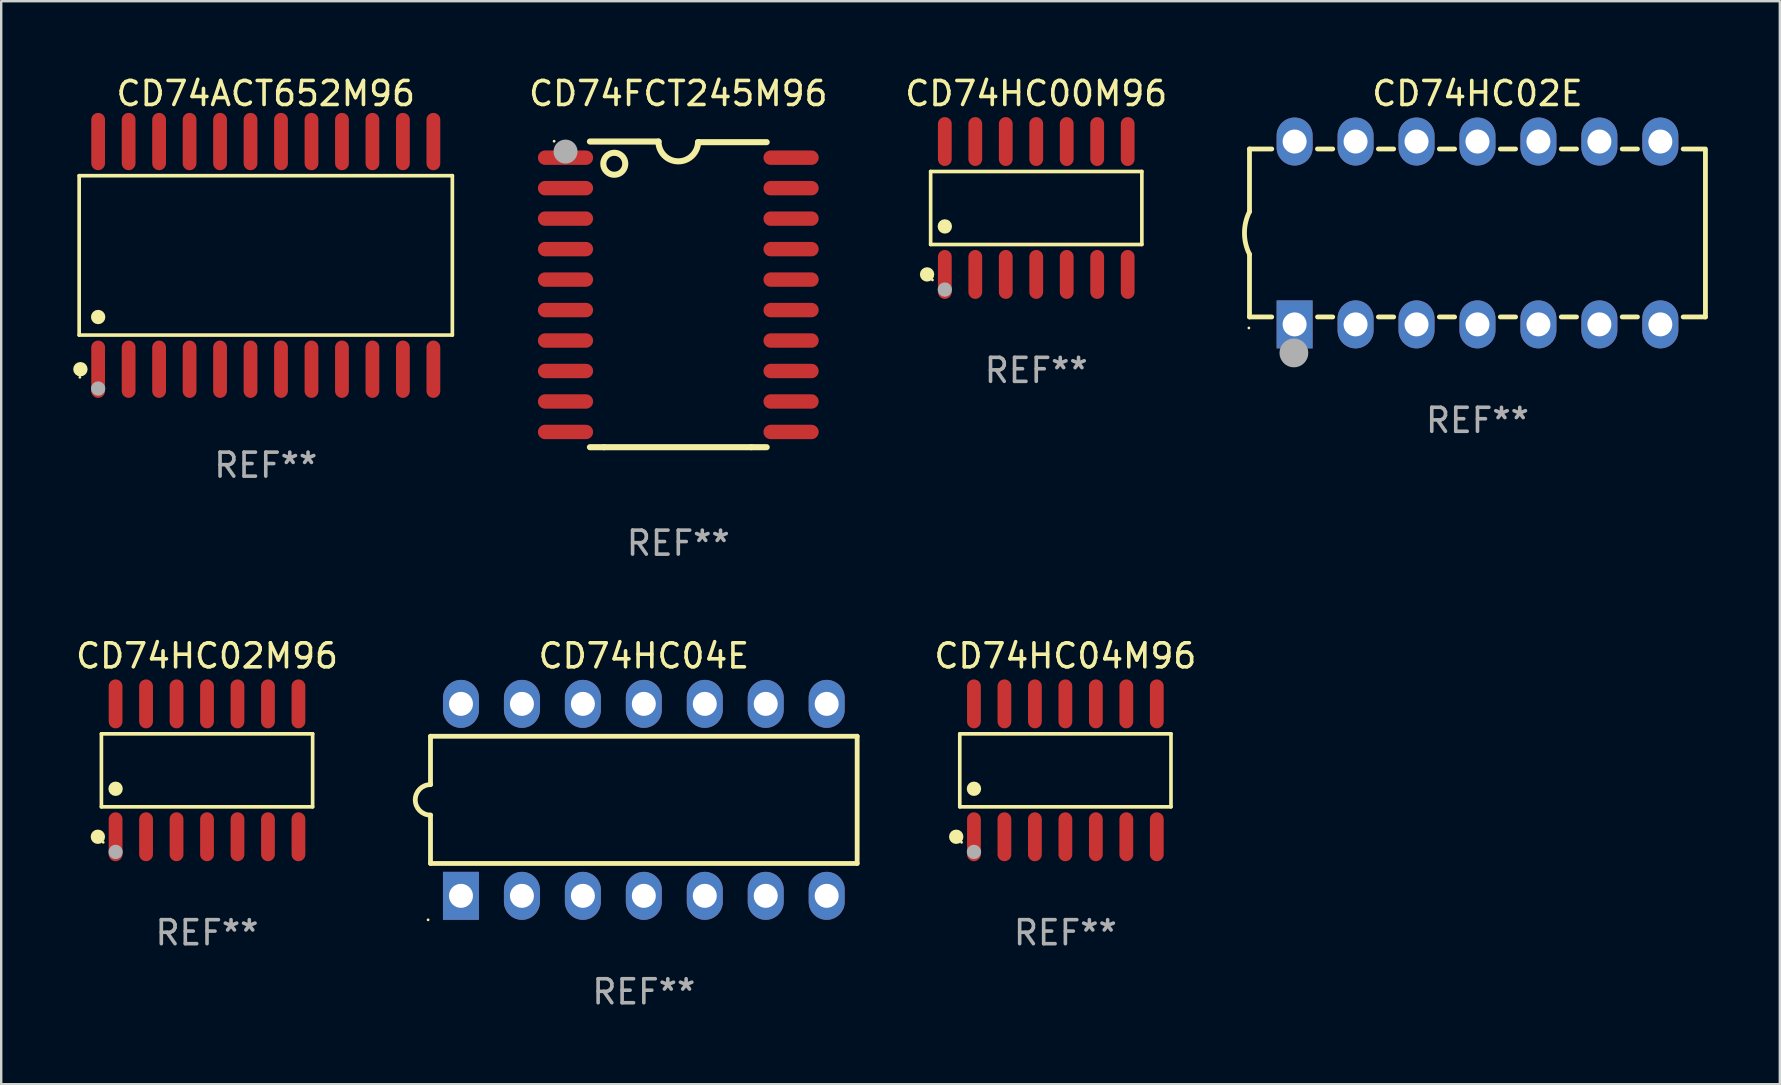
<source format=kicad_pcb>
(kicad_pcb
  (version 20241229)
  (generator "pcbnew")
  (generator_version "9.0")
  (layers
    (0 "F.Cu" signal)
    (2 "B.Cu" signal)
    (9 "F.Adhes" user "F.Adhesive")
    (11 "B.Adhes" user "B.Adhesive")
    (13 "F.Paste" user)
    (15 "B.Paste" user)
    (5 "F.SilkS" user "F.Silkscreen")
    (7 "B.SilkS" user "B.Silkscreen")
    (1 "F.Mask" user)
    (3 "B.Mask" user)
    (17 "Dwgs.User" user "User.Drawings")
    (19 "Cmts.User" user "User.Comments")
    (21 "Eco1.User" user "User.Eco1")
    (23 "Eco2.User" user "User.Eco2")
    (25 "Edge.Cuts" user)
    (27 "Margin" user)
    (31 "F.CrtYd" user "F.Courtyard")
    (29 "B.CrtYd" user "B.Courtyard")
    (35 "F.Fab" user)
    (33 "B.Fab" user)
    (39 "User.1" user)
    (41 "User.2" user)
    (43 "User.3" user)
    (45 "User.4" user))
  (footprint "CD74HC02E"
    (layer "F.Cu")
    (at 58.52 6.658)
    (property "Reference" "CD74HC02E" (at 0 -5.81 0) (layer "F.SilkS") (effects (font (size 1 1) (thickness 0.15))))
    (attr through_hole)
    (fp_line (start -9.5 -3.5) (end -9.5 -0.889) (stroke (width 0.2) (type solid)) (layer "F.SilkS"))
    (fp_line (start -9.5 -3.5) (end -8.572 -3.5) (stroke (width 0.2) (type solid)) (layer "F.SilkS"))
    (fp_line (start -9.5 3.5) (end -9.5 0.889) (stroke (width 0.2) (type solid)) (layer "F.SilkS"))
    (fp_line (start -9.5 3.5) (end -8.574 3.5) (stroke (width 0.2) (type solid)) (layer "F.SilkS"))
    (fp_line (start -6.668 -3.5) (end -6.032 -3.5) (stroke (width 0.2) (type solid)) (layer "F.SilkS"))
    (fp_line (start -6.666 3.5) (end -6.032 3.5) (stroke (width 0.2) (type solid)) (layer "F.SilkS"))
    (fp_line (start -4.128 -3.5) (end -3.492 -3.5) (stroke (width 0.2) (type solid)) (layer "F.SilkS"))
    (fp_line (start -4.128 3.5) (end -3.492 3.5) (stroke (width 0.2) (type solid)) (layer "F.SilkS"))
    (fp_line (start -1.588 -3.5) (end -0.952 -3.5) (stroke (width 0.2) (type solid)) (layer "F.SilkS"))
    (fp_line (start -1.588 3.5) (end -0.952 3.5) (stroke (width 0.2) (type solid)) (layer "F.SilkS"))
    (fp_line (start 0.952 -3.5) (end 1.588 -3.5) (stroke (width 0.2) (type solid)) (layer "F.SilkS"))
    (fp_line (start 0.952 3.5) (end 1.588 3.5) (stroke (width 0.2) (type solid)) (layer "F.SilkS"))
    (fp_line (start 3.492 -3.5) (end 4.128 -3.5) (stroke (width 0.2) (type solid)) (layer "F.SilkS"))
    (fp_line (start 3.492 3.5) (end 4.128 3.5) (stroke (width 0.2) (type solid)) (layer "F.SilkS"))
    (fp_line (start 6.032 -3.5) (end 6.668 -3.5) (stroke (width 0.2) (type solid)) (layer "F.SilkS"))
    (fp_line (start 6.032 3.5) (end 6.668 3.5) (stroke (width 0.2) (type solid)) (layer "F.SilkS"))
    (fp_line (start 8.572 -3.5) (end 9.5 -3.5) (stroke (width 0.2) (type solid)) (layer "F.SilkS"))
    (fp_line (start 8.572 3.5) (end 9.5 3.5) (stroke (width 0.2) (type solid)) (layer "F.SilkS"))
    (fp_line (start 9.5 3.5) (end 9.5 -3.429) (stroke (width 0.2) (type solid)) (layer "F.SilkS"))
    (fp_arc (start -9.499619 0.889001) (mid -9.709623 0.000047) (end -9.500025 -0.889002) (stroke (width 0.2) (type solid)) (layer "F.SilkS"))
    (fp_circle (center -9.525 3.96) (end -9.495 3.96) (stroke (width 0.06) (type solid)) (fill no) (layer "F.SilkS"))
    (fp_circle (center -7.65 5) (end -7.35 5) (stroke (width 0.6) (type solid)) (fill no) (layer "F.Fab"))
    (fp_text user "REF**" (at 0 7.81 0) (layer "F.Fab") (effects (font (size 1 1) (thickness 0.15))))
    (pad "1" thru_hole rect (at -7.62 3.81 90) (size 2 1.5) (drill 1) (layers "*.Cu" "*.Mask"))
    (pad "2" thru_hole oval (at -5.08 3.81 90) (size 2 1.5) (drill 1) (layers "*.Cu" "*.Mask"))
    (pad "3" thru_hole oval (at -2.54 3.81 90) (size 2 1.5) (drill 1) (layers "*.Cu" "*.Mask"))
    (pad "4" thru_hole oval (at 0 3.81 90) (size 2 1.5) (drill 1) (layers "*.Cu" "*.Mask"))
    (pad "5" thru_hole oval (at 2.54 3.81 90) (size 2 1.5) (drill 1) (layers "*.Cu" "*.Mask"))
    (pad "6" thru_hole oval (at 5.08 3.81 90) (size 2 1.5) (drill 1) (layers "*.Cu" "*.Mask"))
    (pad "7" thru_hole oval (at 7.62 3.81 90) (size 2 1.5) (drill 1) (layers "*.Cu" "*.Mask"))
    (pad "8" thru_hole oval (at 7.62 -3.81 90) (size 2 1.5) (drill 1) (layers "*.Cu" "*.Mask"))
    (pad "9" thru_hole oval (at 5.08 -3.81 90) (size 2 1.5) (drill 1) (layers "*.Cu" "*.Mask"))
    (pad "10" thru_hole oval (at 2.54 -3.81 90) (size 2 1.5) (drill 1) (layers "*.Cu" "*.Mask"))
    (pad "11" thru_hole oval (at 0 -3.81 90) (size 2 1.5) (drill 1) (layers "*.Cu" "*.Mask"))
    (pad "12" thru_hole oval (at -2.54 -3.81 90) (size 2 1.5) (drill 1) (layers "*.Cu" "*.Mask"))
    (pad "13" thru_hole oval (at -5.08 -3.81 90) (size 2 1.5) (drill 1) (layers "*.Cu" "*.Mask"))
    (pad "14" thru_hole oval (at -7.62 -3.81 90) (size 2 1.5) (drill 1) (layers "*.Cu" "*.Mask")))
  (footprint "CD74HC00M96"
    (layer "F.Cu")
    (at 40.133 5.617)
    (property "Reference" "CD74HC00M96" (at 0 -4.769 0) (layer "F.SilkS") (effects (font (size 1 1) (thickness 0.15))))
    (attr through_hole)
    (fp_line (start -4.401 -1.521) (end 4.401 -1.521) (stroke (width 0.152) (type solid)) (layer "F.SilkS"))
    (fp_line (start -4.401 1.521) (end -4.401 -1.521) (stroke (width 0.152) (type solid)) (layer "F.SilkS"))
    (fp_line (start 4.401 -1.521) (end 4.401 1.521) (stroke (width 0.152) (type solid)) (layer "F.SilkS"))
    (fp_line (start 4.401 1.521) (end -4.401 1.521) (stroke (width 0.152) (type solid)) (layer "F.SilkS"))
    (fp_circle (center -4.549 2.769) (end -4.399 2.769) (stroke (width 0.3) (type solid)) (fill no) (layer "F.SilkS"))
    (fp_circle (center -4.325 3) (end -4.295 3) (stroke (width 0.06) (type solid)) (fill no) (layer "F.SilkS"))
    (fp_circle (center -3.81 0.769) (end -3.66 0.769) (stroke (width 0.3) (type solid)) (fill no) (layer "F.SilkS"))
    (fp_circle (center -3.81 3.4) (end -3.66 3.4) (stroke (width 0.3) (type solid)) (fill no) (layer "F.Fab"))
    (fp_text user "REF**" (at 0 6.769 0) (layer "F.Fab") (effects (font (size 1 1) (thickness 0.15))))
    (pad "1" smd oval (at -3.81 2.769) (size 0.574 2.038) (layers "F.Cu" "F.Mask" "F.Paste"))
    (pad "2" smd oval (at -2.54 2.769) (size 0.574 2.038) (layers "F.Cu" "F.Mask" "F.Paste"))
    (pad "3" smd oval (at -1.27 2.769) (size 0.574 2.038) (layers "F.Cu" "F.Mask" "F.Paste"))
    (pad "4" smd oval (at 0 2.769) (size 0.574 2.038) (layers "F.Cu" "F.Mask" "F.Paste"))
    (pad "5" smd oval (at 1.27 2.769) (size 0.574 2.038) (layers "F.Cu" "F.Mask" "F.Paste"))
    (pad "6" smd oval (at 2.54 2.769) (size 0.574 2.038) (layers "F.Cu" "F.Mask" "F.Paste"))
    (pad "7" smd oval (at 3.81 2.769) (size 0.574 2.038) (layers "F.Cu" "F.Mask" "F.Paste"))
    (pad "8" smd oval (at 3.81 -2.769) (size 0.574 2.038) (layers "F.Cu" "F.Mask" "F.Paste"))
    (pad "9" smd oval (at 2.54 -2.769) (size 0.574 2.038) (layers "F.Cu" "F.Mask" "F.Paste"))
    (pad "10" smd oval (at 1.27 -2.769) (size 0.574 2.038) (layers "F.Cu" "F.Mask" "F.Paste"))
    (pad "11" smd oval (at 0 -2.769) (size 0.574 2.038) (layers "F.Cu" "F.Mask" "F.Paste"))
    (pad "12" smd oval (at -1.27 -2.769) (size 0.574 2.038) (layers "F.Cu" "F.Mask" "F.Paste"))
    (pad "13" smd oval (at -2.54 -2.769) (size 0.574 2.038) (layers "F.Cu" "F.Mask" "F.Paste"))
    (pad "14" smd oval (at -3.81 -2.769) (size 0.574 2.038) (layers "F.Cu" "F.Mask" "F.Paste")))
  (footprint "CD74HC04M96"
    (layer "F.Cu")
    (at 41.347 29.051)
    (property "Reference" "CD74HC04M96" (at 0 -4.769 0) (layer "F.SilkS") (effects (font (size 1 1) (thickness 0.15))))
    (attr through_hole)
    (fp_line (start -4.401 -1.521) (end 4.401 -1.521) (stroke (width 0.152) (type solid)) (layer "F.SilkS"))
    (fp_line (start -4.401 1.521) (end -4.401 -1.521) (stroke (width 0.152) (type solid)) (layer "F.SilkS"))
    (fp_line (start 4.401 -1.521) (end 4.401 1.521) (stroke (width 0.152) (type solid)) (layer "F.SilkS"))
    (fp_line (start 4.401 1.521) (end -4.401 1.521) (stroke (width 0.152) (type solid)) (layer "F.SilkS"))
    (fp_circle (center -4.549 2.769) (end -4.399 2.769) (stroke (width 0.3) (type solid)) (fill no) (layer "F.SilkS"))
    (fp_circle (center -4.325 3) (end -4.295 3) (stroke (width 0.06) (type solid)) (fill no) (layer "F.SilkS"))
    (fp_circle (center -3.81 0.769) (end -3.66 0.769) (stroke (width 0.3) (type solid)) (fill no) (layer "F.SilkS"))
    (fp_circle (center -3.81 3.4) (end -3.66 3.4) (stroke (width 0.3) (type solid)) (fill no) (layer "F.Fab"))
    (fp_text user "REF**" (at 0 6.769 0) (layer "F.Fab") (effects (font (size 1 1) (thickness 0.15))))
    (pad "1" smd oval (at -3.81 2.769) (size 0.574 2.038) (layers "F.Cu" "F.Mask" "F.Paste"))
    (pad "2" smd oval (at -2.54 2.769) (size 0.574 2.038) (layers "F.Cu" "F.Mask" "F.Paste"))
    (pad "3" smd oval (at -1.27 2.769) (size 0.574 2.038) (layers "F.Cu" "F.Mask" "F.Paste"))
    (pad "4" smd oval (at 0 2.769) (size 0.574 2.038) (layers "F.Cu" "F.Mask" "F.Paste"))
    (pad "5" smd oval (at 1.27 2.769) (size 0.574 2.038) (layers "F.Cu" "F.Mask" "F.Paste"))
    (pad "6" smd oval (at 2.54 2.769) (size 0.574 2.038) (layers "F.Cu" "F.Mask" "F.Paste"))
    (pad "7" smd oval (at 3.81 2.769) (size 0.574 2.038) (layers "F.Cu" "F.Mask" "F.Paste"))
    (pad "8" smd oval (at 3.81 -2.769) (size 0.574 2.038) (layers "F.Cu" "F.Mask" "F.Paste"))
    (pad "9" smd oval (at 2.54 -2.769) (size 0.574 2.038) (layers "F.Cu" "F.Mask" "F.Paste"))
    (pad "10" smd oval (at 1.27 -2.769) (size 0.574 2.038) (layers "F.Cu" "F.Mask" "F.Paste"))
    (pad "11" smd oval (at 0 -2.769) (size 0.574 2.038) (layers "F.Cu" "F.Mask" "F.Paste"))
    (pad "12" smd oval (at -1.27 -2.769) (size 0.574 2.038) (layers "F.Cu" "F.Mask" "F.Paste"))
    (pad "13" smd oval (at -2.54 -2.769) (size 0.574 2.038) (layers "F.Cu" "F.Mask" "F.Paste"))
    (pad "14" smd oval (at -3.81 -2.769) (size 0.574 2.038) (layers "F.Cu" "F.Mask" "F.Paste")))
  (footprint "CD74HC02M96"
    (layer "F.Cu")
    (at 5.577 29.051)
    (property "Reference" "CD74HC02M96" (at 0 -4.769 0) (layer "F.SilkS") (effects (font (size 1 1) (thickness 0.15))))
    (attr through_hole)
    (fp_line (start -4.401 -1.521) (end 4.401 -1.521) (stroke (width 0.152) (type solid)) (layer "F.SilkS"))
    (fp_line (start -4.401 1.521) (end -4.401 -1.521) (stroke (width 0.152) (type solid)) (layer "F.SilkS"))
    (fp_line (start 4.401 -1.521) (end 4.401 1.521) (stroke (width 0.152) (type solid)) (layer "F.SilkS"))
    (fp_line (start 4.401 1.521) (end -4.401 1.521) (stroke (width 0.152) (type solid)) (layer "F.SilkS"))
    (fp_circle (center -4.549 2.769) (end -4.399 2.769) (stroke (width 0.3) (type solid)) (fill no) (layer "F.SilkS"))
    (fp_circle (center -4.325 3) (end -4.295 3) (stroke (width 0.06) (type solid)) (fill no) (layer "F.SilkS"))
    (fp_circle (center -3.81 0.769) (end -3.66 0.769) (stroke (width 0.3) (type solid)) (fill no) (layer "F.SilkS"))
    (fp_circle (center -3.81 3.4) (end -3.66 3.4) (stroke (width 0.3) (type solid)) (fill no) (layer "F.Fab"))
    (fp_text user "REF**" (at 0 6.769 0) (layer "F.Fab") (effects (font (size 1 1) (thickness 0.15))))
    (pad "1" smd oval (at -3.81 2.769) (size 0.574 2.038) (layers "F.Cu" "F.Mask" "F.Paste"))
    (pad "2" smd oval (at -2.54 2.769) (size 0.574 2.038) (layers "F.Cu" "F.Mask" "F.Paste"))
    (pad "3" smd oval (at -1.27 2.769) (size 0.574 2.038) (layers "F.Cu" "F.Mask" "F.Paste"))
    (pad "4" smd oval (at 0 2.769) (size 0.574 2.038) (layers "F.Cu" "F.Mask" "F.Paste"))
    (pad "5" smd oval (at 1.27 2.769) (size 0.574 2.038) (layers "F.Cu" "F.Mask" "F.Paste"))
    (pad "6" smd oval (at 2.54 2.769) (size 0.574 2.038) (layers "F.Cu" "F.Mask" "F.Paste"))
    (pad "7" smd oval (at 3.81 2.769) (size 0.574 2.038) (layers "F.Cu" "F.Mask" "F.Paste"))
    (pad "8" smd oval (at 3.81 -2.769) (size 0.574 2.038) (layers "F.Cu" "F.Mask" "F.Paste"))
    (pad "9" smd oval (at 2.54 -2.769) (size 0.574 2.038) (layers "F.Cu" "F.Mask" "F.Paste"))
    (pad "10" smd oval (at 1.27 -2.769) (size 0.574 2.038) (layers "F.Cu" "F.Mask" "F.Paste"))
    (pad "11" smd oval (at 0 -2.769) (size 0.574 2.038) (layers "F.Cu" "F.Mask" "F.Paste"))
    (pad "12" smd oval (at -1.27 -2.769) (size 0.574 2.038) (layers "F.Cu" "F.Mask" "F.Paste"))
    (pad "13" smd oval (at -2.54 -2.769) (size 0.574 2.038) (layers "F.Cu" "F.Mask" "F.Paste"))
    (pad "14" smd oval (at -3.81 -2.769) (size 0.574 2.038) (layers "F.Cu" "F.Mask" "F.Paste")))
  (footprint "CD74ACT652M96"
    (layer "F.Cu")
    (at 8.025 7.592)
    (property "Reference" "CD74ACT652M96" (at 0 -6.744 0) (layer "F.SilkS") (effects (font (size 1 1) (thickness 0.15))))
    (attr through_hole)
    (fp_line (start -7.776 -3.321) (end 7.776 -3.321) (stroke (width 0.152) (type solid)) (layer "F.SilkS"))
    (fp_line (start -7.776 3.321) (end -7.776 -3.321) (stroke (width 0.152) (type solid)) (layer "F.SilkS"))
    (fp_line (start 7.776 -3.321) (end 7.776 3.321) (stroke (width 0.152) (type solid)) (layer "F.SilkS"))
    (fp_line (start 7.776 3.321) (end -7.776 3.321) (stroke (width 0.152) (type solid)) (layer "F.SilkS"))
    (fp_circle (center -7.747 5.08) (end -7.717 5.08) (stroke (width 0.06) (type solid)) (fill no) (layer "F.SilkS"))
    (fp_circle (center -7.724 4.744) (end -7.574 4.744) (stroke (width 0.3) (type solid)) (fill no) (layer "F.SilkS"))
    (fp_circle (center -6.985 2.569) (end -6.835 2.569) (stroke (width 0.3) (type solid)) (fill no) (layer "F.SilkS"))
    (fp_circle (center -6.985 5.55) (end -6.835 5.55) (stroke (width 0.3) (type solid)) (fill no) (layer "F.Fab"))
    (fp_text user "REF**" (at 0 8.744 0) (layer "F.Fab") (effects (font (size 1 1) (thickness 0.15))))
    (pad "1" smd oval (at -6.985 4.744) (size 0.574 2.388) (layers "F.Cu" "F.Mask" "F.Paste"))
    (pad "2" smd oval (at -5.715 4.744) (size 0.574 2.388) (layers "F.Cu" "F.Mask" "F.Paste"))
    (pad "3" smd oval (at -4.445 4.744) (size 0.574 2.388) (layers "F.Cu" "F.Mask" "F.Paste"))
    (pad "4" smd oval (at -3.175 4.744) (size 0.574 2.388) (layers "F.Cu" "F.Mask" "F.Paste"))
    (pad "5" smd oval (at -1.905 4.744) (size 0.574 2.388) (layers "F.Cu" "F.Mask" "F.Paste"))
    (pad "6" smd oval (at -0.635 4.744) (size 0.574 2.388) (layers "F.Cu" "F.Mask" "F.Paste"))
    (pad "7" smd oval (at 0.635 4.744) (size 0.574 2.388) (layers "F.Cu" "F.Mask" "F.Paste"))
    (pad "8" smd oval (at 1.905 4.744) (size 0.574 2.388) (layers "F.Cu" "F.Mask" "F.Paste"))
    (pad "9" smd oval (at 3.175 4.744) (size 0.574 2.388) (layers "F.Cu" "F.Mask" "F.Paste"))
    (pad "10" smd oval (at 4.445 4.744) (size 0.574 2.388) (layers "F.Cu" "F.Mask" "F.Paste"))
    (pad "11" smd oval (at 5.715 4.744) (size 0.574 2.388) (layers "F.Cu" "F.Mask" "F.Paste"))
    (pad "12" smd oval (at 6.985 4.744) (size 0.574 2.388) (layers "F.Cu" "F.Mask" "F.Paste"))
    (pad "13" smd oval (at 6.985 -4.744) (size 0.574 2.388) (layers "F.Cu" "F.Mask" "F.Paste"))
    (pad "14" smd oval (at 5.715 -4.744) (size 0.574 2.388) (layers "F.Cu" "F.Mask" "F.Paste"))
    (pad "15" smd oval (at 4.445 -4.744) (size 0.574 2.388) (layers "F.Cu" "F.Mask" "F.Paste"))
    (pad "16" smd oval (at 3.175 -4.744) (size 0.574 2.388) (layers "F.Cu" "F.Mask" "F.Paste"))
    (pad "17" smd oval (at 1.905 -4.744) (size 0.574 2.388) (layers "F.Cu" "F.Mask" "F.Paste"))
    (pad "18" smd oval (at 0.635 -4.744) (size 0.574 2.388) (layers "F.Cu" "F.Mask" "F.Paste"))
    (pad "19" smd oval (at -0.635 -4.744) (size 0.574 2.388) (layers "F.Cu" "F.Mask" "F.Paste"))
    (pad "20" smd oval (at -1.905 -4.744) (size 0.574 2.388) (layers "F.Cu" "F.Mask" "F.Paste"))
    (pad "21" smd oval (at -3.175 -4.744) (size 0.574 2.388) (layers "F.Cu" "F.Mask" "F.Paste"))
    (pad "22" smd oval (at -4.445 -4.744) (size 0.574 2.388) (layers "F.Cu" "F.Mask" "F.Paste"))
    (pad "23" smd oval (at -5.715 -4.744) (size 0.574 2.388) (layers "F.Cu" "F.Mask" "F.Paste"))
    (pad "24" smd oval (at -6.985 -4.744) (size 0.574 2.388) (layers "F.Cu" "F.Mask" "F.Paste")))
  (footprint "CD74FCT245M96"
    (layer "F.Cu")
    (at 25.216 9.217)
    (property "Reference" "CD74FCT245M96" (at 0 -8.369 0) (layer "F.SilkS") (effects (font (size 1 1) (thickness 0.15))))
    (attr through_hole)
    (fp_line (start -3.096 6.369) (end -3.683 6.369) (stroke (width 0.254) (type solid)) (layer "F.SilkS"))
    (fp_line (start -0.825 -6.369) (end -3.683 -6.369) (stroke (width 0.254) (type solid)) (layer "F.SilkS"))
    (fp_line (start 0.826 -6.343) (end 3.683 -6.343) (stroke (width 0.254) (type solid)) (layer "F.SilkS"))
    (fp_line (start 3.048 6.369) (end -3.096 6.369) (stroke (width 0.254) (type solid)) (layer "F.SilkS"))
    (fp_line (start 3.048 6.369) (end 3.683 6.369) (stroke (width 0.254) (type solid)) (layer "F.SilkS"))
    (fp_arc (start 0.825527 -6.343129) (mid -0.012478 -5.543126) (end -0.825476 -6.36853) (stroke (width 0.254001) (type solid)) (layer "F.SilkS"))
    (fp_circle (center -5.175 -6.382) (end -5.145 -6.382) (stroke (width 0.06) (type solid)) (fill no) (layer "F.SilkS"))
    (fp_circle (center -2.667 -5.442) (end -2.209 -5.442) (stroke (width 0.254) (type solid)) (fill no) (layer "F.SilkS"))
    (fp_circle (center -4.699 -5.95) (end -4.449 -5.95) (stroke (width 0.5) (type solid)) (fill no) (layer "F.Fab"))
    (fp_text user "REF**" (at 0 10.369 0) (layer "F.Fab") (effects (font (size 1 1) (thickness 0.15))))
    (pad "1" smd oval (at -4.7 -5.696 90) (size 0.6 2.3) (layers "F.Cu" "F.Mask" "F.Paste"))
    (pad "2" smd oval (at -4.7 -4.426 90) (size 0.6 2.3) (layers "F.Cu" "F.Mask" "F.Paste"))
    (pad "3" smd oval (at -4.7 -3.156 90) (size 0.6 2.3) (layers "F.Cu" "F.Mask" "F.Paste"))
    (pad "4" smd oval (at -4.7 -1.886 90) (size 0.6 2.3) (layers "F.Cu" "F.Mask" "F.Paste"))
    (pad "5" smd oval (at -4.7 -0.616 90) (size 0.6 2.3) (layers "F.Cu" "F.Mask" "F.Paste"))
    (pad "6" smd oval (at -4.7 0.654 90) (size 0.6 2.3) (layers "F.Cu" "F.Mask" "F.Paste"))
    (pad "7" smd oval (at -4.7 1.924 90) (size 0.6 2.3) (layers "F.Cu" "F.Mask" "F.Paste"))
    (pad "8" smd oval (at -4.7 3.194 90) (size 0.6 2.3) (layers "F.Cu" "F.Mask" "F.Paste"))
    (pad "9" smd oval (at -4.7 4.464 90) (size 0.6 2.3) (layers "F.Cu" "F.Mask" "F.Paste"))
    (pad "10" smd oval (at -4.7 5.734 90) (size 0.6 2.3) (layers "F.Cu" "F.Mask" "F.Paste"))
    (pad "11" smd oval (at 4.7 5.734 90) (size 0.6 2.3) (layers "F.Cu" "F.Mask" "F.Paste"))
    (pad "12" smd oval (at 4.7 4.464 90) (size 0.6 2.3) (layers "F.Cu" "F.Mask" "F.Paste"))
    (pad "13" smd oval (at 4.7 3.194 90) (size 0.6 2.3) (layers "F.Cu" "F.Mask" "F.Paste"))
    (pad "14" smd oval (at 4.7 1.924 90) (size 0.6 2.3) (layers "F.Cu" "F.Mask" "F.Paste"))
    (pad "15" smd oval (at 4.7 0.654 90) (size 0.6 2.3) (layers "F.Cu" "F.Mask" "F.Paste"))
    (pad "16" smd oval (at 4.7 -0.616 90) (size 0.6 2.3) (layers "F.Cu" "F.Mask" "F.Paste"))
    (pad "17" smd oval (at 4.7 -1.886 90) (size 0.6 2.3) (layers "F.Cu" "F.Mask" "F.Paste"))
    (pad "18" smd oval (at 4.7 -3.156 90) (size 0.6 2.3) (layers "F.Cu" "F.Mask" "F.Paste"))
    (pad "19" smd oval (at 4.7 -4.426 90) (size 0.6 2.3) (layers "F.Cu" "F.Mask" "F.Paste"))
    (pad "20" smd oval (at 4.7 -5.696 90) (size 0.6 2.3) (layers "F.Cu" "F.Mask" "F.Paste")))
  (footprint "CD74HC04E"
    (layer "F.Cu")
    (at 23.78 30.282)
    (property "Reference" "CD74HC04E" (at 0 -6 0) (layer "F.SilkS") (effects (font (size 1 1) (thickness 0.15))))
    (attr through_hole)
    (fp_line (start -8.89 -2.65) (end -8.89 -0.635) (stroke (width 0.2) (type solid)) (layer "F.SilkS"))
    (fp_line (start -8.89 0.635) (end -8.89 2.65) (stroke (width 0.2) (type solid)) (layer "F.SilkS"))
    (fp_line (start -8.89 2.65) (end 8.89 2.65) (stroke (width 0.2) (type solid)) (layer "F.SilkS"))
    (fp_line (start 8.89 -2.65) (end -8.89 -2.65) (stroke (width 0.2) (type solid)) (layer "F.SilkS"))
    (fp_line (start 8.89 2.65) (end 8.89 -2.65) (stroke (width 0.2) (type solid)) (layer "F.SilkS"))
    (fp_arc (start -8.890018 0.635001) (mid -9.525019 0) (end -8.890018 -0.635001) (stroke (width 0.2) (type solid)) (layer "F.SilkS"))
    (fp_circle (center -8.99 5) (end -8.96 5) (stroke (width 0.06) (type solid)) (fill no) (layer "F.SilkS"))
    (fp_text user "REF**" (at 0 8 0) (layer "F.Fab") (effects (font (size 1 1) (thickness 0.15))))
    (pad "1" thru_hole rect (at -7.62 4 90) (size 2 1.5) (drill 1) (layers "*.Cu" "*.Mask"))
    (pad "2" thru_hole oval (at -5.08 4 90) (size 2 1.5) (drill 1) (layers "*.Cu" "*.Mask"))
    (pad "3" thru_hole oval (at -2.54 4 90) (size 2 1.5) (drill 1) (layers "*.Cu" "*.Mask"))
    (pad "4" thru_hole oval (at 0 4 90) (size 2 1.5) (drill 1) (layers "*.Cu" "*.Mask"))
    (pad "5" thru_hole oval (at 2.54 4 90) (size 2 1.5) (drill 1) (layers "*.Cu" "*.Mask"))
    (pad "6" thru_hole oval (at 5.08 4 90) (size 2 1.5) (drill 1) (layers "*.Cu" "*.Mask"))
    (pad "7" thru_hole oval (at 7.62 4 90) (size 2 1.5) (drill 1) (layers "*.Cu" "*.Mask"))
    (pad "8" thru_hole oval (at 7.62 -4 90) (size 2 1.5) (drill 1) (layers "*.Cu" "*.Mask"))
    (pad "9" thru_hole oval (at 5.08 -4 90) (size 2 1.5) (drill 1) (layers "*.Cu" "*.Mask"))
    (pad "10" thru_hole oval (at 2.54 -4 90) (size 2 1.5) (drill 1) (layers "*.Cu" "*.Mask"))
    (pad "11" thru_hole oval (at 0 -4 90) (size 2 1.5) (drill 1) (layers "*.Cu" "*.Mask"))
    (pad "12" thru_hole oval (at -2.54 -4 90) (size 2 1.5) (drill 1) (layers "*.Cu" "*.Mask"))
    (pad "13" thru_hole oval (at -5.08 -4 90) (size 2 1.5) (drill 1) (layers "*.Cu" "*.Mask"))
    (pad "14" thru_hole oval (at -7.62 -4 90) (size 2 1.5) (drill 1) (layers "*.Cu" "*.Mask")))
  (gr_rect
    (start -3 -3)
    (end 71.12 42.13)
    (stroke (width 0.1) (type default))
    (fill no)
    (layer "Edge.Cuts")))
</source>
